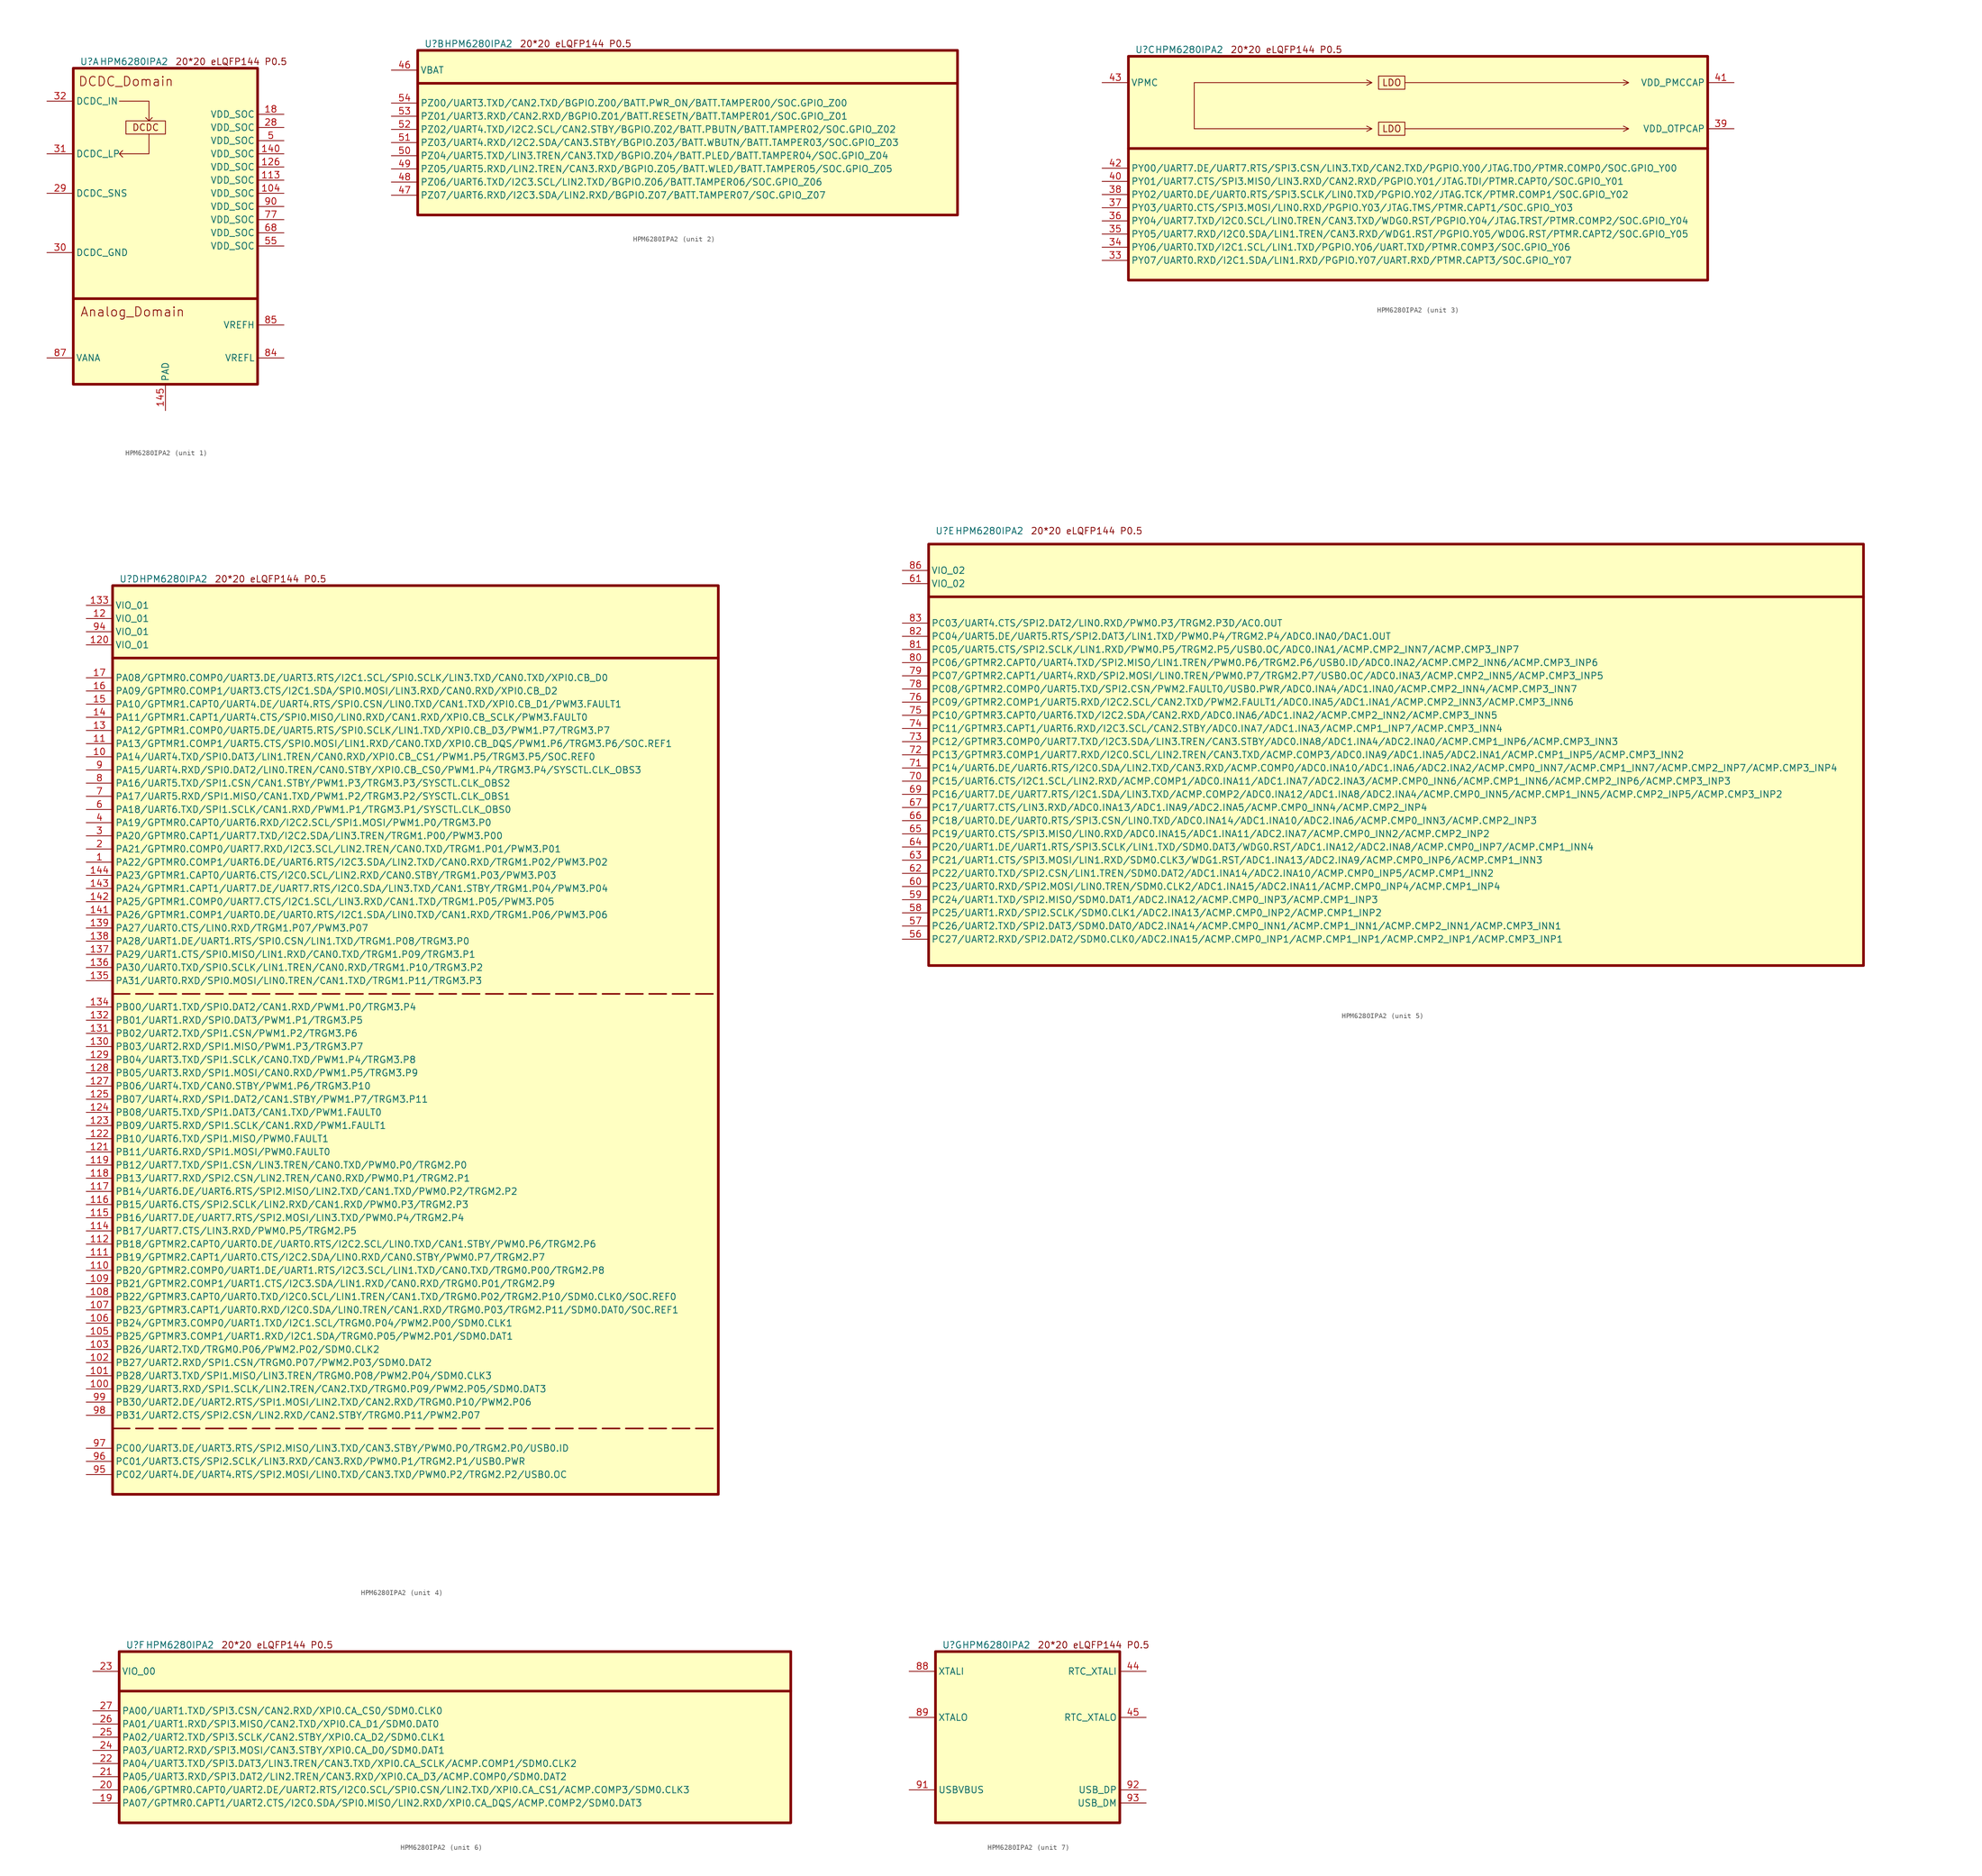
<source format=kicad_sym>
(kicad_symbol_lib
  (version 20220914)
  (generator kicad_symbol_editor)
  (symbol "HPM6280IPA2"
    (property "Reference" "U"
      (at 1.27 1.27 0)
      (effects (font (size 1.27 1.27)) (justify left)))
    (property "Value" "HPM6280IPA2"
      (at 5.08 1.27 0)
      (effects (font (size 1.27 1.27)) (justify left)))
    (property "ki_locked" ""
      (at 0 0 0)
      (effects (font (size 1.27 1.27))))
    (symbol "HPM6280IPA2_0_0"
      (text "20*20 eLQFP144 P0.5" (at 30.48 1.27 0) (effects (font (size 1.27 1.27)))))
    (symbol "HPM6280IPA2_1_1"
      (polyline (pts (xy 0 -44.45) (xy 35.56 -44.45)) (stroke (width 0.508) (type default)) (fill (type none)))
      (polyline (pts (xy 8.89 -6.35) (xy 14.605 -6.35) (xy 14.605 -10.16) (xy 13.97 -9.525) (xy 14.605 -10.16) (xy 15.24 -9.525)) (stroke (width 0) (type default)) (fill (type none)))
      (polyline (pts (xy 14.605 -12.7) (xy 14.605 -16.51) (xy 8.89 -16.51) (xy 9.525 -15.875) (xy 8.89 -16.51) (xy 9.525 -17.145)) (stroke (width 0) (type default)) (fill (type none)))
      (rectangle (start 0 0) (end 35.56 -60.96) (stroke (width 0.508) (type default)) (fill (type background)))
      (rectangle (start 10.16 -10.16) (end 17.78 -12.7) (stroke (width 0) (type default)) (fill (type none)))
      (text "Analog_Domain" (at 11.43 -46.99 0) (effects (font (size 1.778 1.778))))
      (text "DCDC" (at 13.97 -11.43 0) (effects (font (size 1.27 1.27))))
      (text "DCDC_Domain" (at 10.16 -2.54 0) (effects (font (size 1.778 1.778))))
      (pin power_in line (at 40.64 -24.13 180) (length 5.08) (name "VDD_SOC" (effects (font (size 1.27 1.27)))) (number "104" (effects (font (size 1.27 1.27)))))
      (pin power_in line (at 40.64 -21.59 180) (length 5.08) (name "VDD_SOC" (effects (font (size 1.27 1.27)))) (number "113" (effects (font (size 1.27 1.27)))))
      (pin power_in line (at 40.64 -19.05 180) (length 5.08) (name "VDD_SOC" (effects (font (size 1.27 1.27)))) (number "126" (effects (font (size 1.27 1.27)))))
      (pin power_in line (at 40.64 -16.51 180) (length 5.08) (name "VDD_SOC" (effects (font (size 1.27 1.27)))) (number "140" (effects (font (size 1.27 1.27)))))
      (pin power_out line (at 17.78 -66.04 90) (length 5.08) (name "PAD" (effects (font (size 1.27 1.27)))) (number "145" (effects (font (size 1.27 1.27)))))
      (pin power_in line (at 40.64 -8.89 180) (length 5.08) (name "VDD_SOC" (effects (font (size 1.27 1.27)))) (number "18" (effects (font (size 1.27 1.27)))))
      (pin power_in line (at 40.64 -11.43 180) (length 5.08) (name "VDD_SOC" (effects (font (size 1.27 1.27)))) (number "28" (effects (font (size 1.27 1.27)))))
      (pin input line (at -5.08 -24.13 0) (length 5.08) (name "DCDC_SNS" (effects (font (size 1.27 1.27)))) (number "29" (effects (font (size 1.27 1.27)))))
      (pin power_out line (at -5.08 -35.56 0) (length 5.08) (name "DCDC_GND" (effects (font (size 1.27 1.27)))) (number "30" (effects (font (size 1.27 1.27)))))
      (pin power_out line (at -5.08 -16.51 0) (length 5.08) (name "DCDC_LP" (effects (font (size 1.27 1.27)))) (number "31" (effects (font (size 1.27 1.27)))))
      (pin power_in line (at -5.08 -6.35 0) (length 5.08) (name "DCDC_IN" (effects (font (size 1.27 1.27)))) (number "32" (effects (font (size 1.27 1.27)))))
      (pin power_in line (at 40.64 -13.97 180) (length 5.08) (name "VDD_SOC" (effects (font (size 1.27 1.27)))) (number "5" (effects (font (size 1.27 1.27)))))
      (pin power_in line (at 40.64 -34.29 180) (length 5.08) (name "VDD_SOC" (effects (font (size 1.27 1.27)))) (number "55" (effects (font (size 1.27 1.27)))))
      (pin power_in line (at 40.64 -31.75 180) (length 5.08) (name "VDD_SOC" (effects (font (size 1.27 1.27)))) (number "68" (effects (font (size 1.27 1.27)))))
      (pin power_in line (at 40.64 -29.21 180) (length 5.08) (name "VDD_SOC" (effects (font (size 1.27 1.27)))) (number "77" (effects (font (size 1.27 1.27)))))
      (pin power_out line (at 40.64 -55.88 180) (length 5.08) (name "VREFL" (effects (font (size 1.27 1.27)))) (number "84" (effects (font (size 1.27 1.27)))))
      (pin power_in line (at 40.64 -49.53 180) (length 5.08) (name "VREFH" (effects (font (size 1.27 1.27)))) (number "85" (effects (font (size 1.27 1.27)))))
      (pin power_in line (at -5.08 -55.88 0) (length 5.08) (name "VANA" (effects (font (size 1.27 1.27)))) (number "87" (effects (font (size 1.27 1.27)))))
      (pin power_in line (at 40.64 -26.67 180) (length 5.08) (name "VDD_SOC" (effects (font (size 1.27 1.27)))) (number "90" (effects (font (size 1.27 1.27))))))
    (symbol "HPM6280IPA2_2_1"
      (polyline (pts (xy 0 -6.35) (xy 104.14 -6.35)) (stroke (width 0.5) (type default)) (fill (type none)))
      (rectangle (start 0 0) (end 104.14 -31.75) (stroke (width 0.508) (type default)) (fill (type background)))
      (pin power_in line (at -5.08 -3.81 0) (length 5.08) (name "VBAT" (effects (font (size 1.27 1.27)))) (number "46" (effects (font (size 1.27 1.27)))))
      (pin bidirectional line (at -5.08 -27.94 0) (length 5.08) (name "PZ07/UART6.RXD/I2C3.SDA/LIN2.RXD/BGPIO.Z07/BATT.TAMPER07/SOC.GPIO_Z07" (effects (font (size 1.27 1.27)))) (number "47" (effects (font (size 1.27 1.27)))))
      (pin bidirectional line (at -5.08 -25.4 0) (length 5.08) (name "PZ06/UART6.TXD/I2C3.SCL/LIN2.TXD/BGPIO.Z06/BATT.TAMPER06/SOC.GPIO_Z06" (effects (font (size 1.27 1.27)))) (number "48" (effects (font (size 1.27 1.27)))))
      (pin bidirectional line (at -5.08 -22.86 0) (length 5.08) (name "PZ05/UART5.RXD/LIN2.TREN/CAN3.RXD/BGPIO.Z05/BATT.WLED/BATT.TAMPER05/SOC.GPIO_Z05" (effects (font (size 1.27 1.27)))) (number "49" (effects (font (size 1.27 1.27)))))
      (pin bidirectional line (at -5.08 -20.32 0) (length 5.08) (name "PZ04/UART5.TXD/LIN3.TREN/CAN3.TXD/BGPIO.Z04/BATT.PLED/BATT.TAMPER04/SOC.GPIO_Z04" (effects (font (size 1.27 1.27)))) (number "50" (effects (font (size 1.27 1.27)))))
      (pin bidirectional line (at -5.08 -17.78 0) (length 5.08) (name "PZ03/UART4.RXD/I2C2.SDA/CAN3.STBY/BGPIO.Z03/BATT.WBUTN/BATT.TAMPER03/SOC.GPIO_Z03" (effects (font (size 1.27 1.27)))) (number "51" (effects (font (size 1.27 1.27)))))
      (pin bidirectional line (at -5.08 -15.24 0) (length 5.08) (name "PZ02/UART4.TXD/I2C2.SCL/CAN2.STBY/BGPIO.Z02/BATT.PBUTN/BATT.TAMPER02/SOC.GPIO_Z02" (effects (font (size 1.27 1.27)))) (number "52" (effects (font (size 1.27 1.27)))))
      (pin bidirectional line (at -5.08 -12.7 0) (length 5.08) (name "PZ01/UART3.RXD/CAN2.RXD/BGPIO.Z01/BATT.RESETN/BATT.TAMPER01/SOC.GPIO_Z01" (effects (font (size 1.27 1.27)))) (number "53" (effects (font (size 1.27 1.27)))))
      (pin bidirectional line (at -5.08 -10.16 0) (length 5.08) (name "PZ00/UART3.TXD/CAN2.TXD/BGPIO.Z00/BATT.PWR_ON/BATT.TAMPER00/SOC.GPIO_Z00" (effects (font (size 1.27 1.27)))) (number "54" (effects (font (size 1.27 1.27))))))
    (symbol "HPM6280IPA2_3_0"
      (polyline (pts (xy 12.7 -13.97) (xy 46.99 -13.97) (xy 45.974 -13.462) (xy 46.99 -13.97) (xy 45.974 -14.478)) (stroke (width 0) (type default)) (fill (type none)))
      (polyline (pts (xy 12.7 -5.08) (xy 46.99 -5.08) (xy 45.974 -4.572) (xy 46.99 -5.08) (xy 45.974 -5.588)) (stroke (width 0) (type default)) (fill (type none)))
      (polyline (pts (xy 53.34 -13.97) (xy 96.52 -13.97) (xy 95.504 -13.462) (xy 96.52 -13.97) (xy 95.504 -14.478)) (stroke (width 0) (type default)) (fill (type none)))
      (polyline (pts (xy 53.34 -5.08) (xy 96.52 -5.08) (xy 95.504 -4.572) (xy 96.52 -5.08) (xy 95.504 -5.588)) (stroke (width 0) (type default)) (fill (type none))))
    (symbol "HPM6280IPA2_3_1"
      (polyline (pts (xy 0 -17.78) (xy 111.76 -17.78)) (stroke (width 0.508) (type default)) (fill (type none)))
      (polyline (pts (xy 12.7 -12.7) (xy 12.7 -5.08) (xy 12.7 -13.97)) (stroke (width 0) (type default)) (fill (type none)))
      (rectangle (start 0 0) (end 111.76 -43.18) (stroke (width 0.508) (type default)) (fill (type background)))
      (rectangle (start 48.26 -12.7) (end 53.34 -15.24) (stroke (width 0) (type default)) (fill (type none)))
      (rectangle (start 48.26 -3.81) (end 53.34 -6.35) (stroke (width 0) (type default)) (fill (type none)))
      (text "LDO" (at 50.8 -13.97 0) (effects (font (size 1.27 1.27))))
      (text "LDO" (at 50.8 -5.08 0) (effects (font (size 1.27 1.27))))
      (pin bidirectional line (at -5.08 -39.37 0) (length 5.08) (name "PY07/UART0.RXD/I2C1.SDA/LIN1.RXD/PGPIO.Y07/UART.RXD/PTMR.CAPT3/SOC.GPIO_Y07" (effects (font (size 1.27 1.27)))) (number "33" (effects (font (size 1.27 1.27)))))
      (pin bidirectional line (at -5.08 -36.83 0) (length 5.08) (name "PY06/UART0.TXD/I2C1.SCL/LIN1.TXD/PGPIO.Y06/UART.TXD/PTMR.COMP3/SOC.GPIO_Y06" (effects (font (size 1.27 1.27)))) (number "34" (effects (font (size 1.27 1.27)))))
      (pin bidirectional line (at -5.08 -34.29 0) (length 5.08) (name "PY05/UART7.RXD/I2C0.SDA/LIN1.TREN/CAN3.RXD/WDG1.RST/PGPIO.Y05/WDOG.RST/PTMR.CAPT2/SOC.GPIO_Y05" (effects (font (size 1.27 1.27)))) (number "35" (effects (font (size 1.27 1.27)))))
      (pin bidirectional line (at -5.08 -31.75 0) (length 5.08) (name "PY04/UART7.TXD/I2C0.SCL/LIN0.TREN/CAN3.TXD/WDG0.RST/PGPIO.Y04/JTAG.TRST/PTMR.COMP2/SOC.GPIO_Y04" (effects (font (size 1.27 1.27)))) (number "36" (effects (font (size 1.27 1.27)))))
      (pin bidirectional line (at -5.08 -29.21 0) (length 5.08) (name "PY03/UART0.CTS/SPI3.MOSI/LIN0.RXD/PGPIO.Y03/JTAG.TMS/PTMR.CAPT1/SOC.GPIO_Y03" (effects (font (size 1.27 1.27)))) (number "37" (effects (font (size 1.27 1.27)))))
      (pin bidirectional line (at -5.08 -26.67 0) (length 5.08) (name "PY02/UART0.DE/UART0.RTS/SPI3.SCLK/LIN0.TXD/PGPIO.Y02/JTAG.TCK/PTMR.COMP1/SOC.GPIO_Y02" (effects (font (size 1.27 1.27)))) (number "38" (effects (font (size 1.27 1.27)))))
      (pin power_out line (at 116.84 -13.97 180) (length 5.08) (name "VDD_OTPCAP" (effects (font (size 1.27 1.27)))) (number "39" (effects (font (size 1.27 1.27)))))
      (pin bidirectional line (at -5.08 -24.13 0) (length 5.08) (name "PY01/UART7.CTS/SPI3.MISO/LIN3.RXD/CAN2.RXD/PGPIO.Y01/JTAG.TDI/PTMR.CAPT0/SOC.GPIO_Y01" (effects (font (size 1.27 1.27)))) (number "40" (effects (font (size 1.27 1.27)))))
      (pin power_out line (at 116.84 -5.08 180) (length 5.08) (name "VDD_PMCCAP" (effects (font (size 1.27 1.27)))) (number "41" (effects (font (size 1.27 1.27)))))
      (pin bidirectional line (at -5.08 -21.59 0) (length 5.08) (name "PY00/UART7.DE/UART7.RTS/SPI3.CSN/LIN3.TXD/CAN2.TXD/PGPIO.Y00/JTAG.TDO/PTMR.COMP0/SOC.GPIO_Y00" (effects (font (size 1.27 1.27)))) (number "42" (effects (font (size 1.27 1.27)))))
      (pin power_in line (at -5.08 -5.08 0) (length 5.08) (name "VPMC" (effects (font (size 1.27 1.27)))) (number "43" (effects (font (size 1.27 1.27))))))
    (symbol "HPM6280IPA2_4_1"
      (polyline (pts (xy 0 -162.56) (xy 116.84 -162.56)) (stroke (width 0.3) (type dash)) (fill (type none)))
      (polyline (pts (xy 0 -78.74) (xy 116.84 -78.74)) (stroke (width 0.3) (type dash)) (fill (type none)))
      (polyline (pts (xy 0 -13.97) (xy 116.84 -13.97)) (stroke (width 0.5) (type default)) (fill (type none)))
      (rectangle (start 0 0) (end 116.84 -175.26) (stroke (width 0.508) (type default)) (fill (type background)))
      (pin bidirectional line (at -5.08 -53.34 0) (length 5.08) (name "PA22/GPTMR0.COMP1/UART6.DE/UART6.RTS/I2C3.SDA/LIN2.TXD/CAN0.RXD/TRGM1.P02/PWM3.P02" (effects (font (size 1.27 1.27)))) (number "1" (effects (font (size 1.27 1.27)))))
      (pin bidirectional line (at -5.08 -33.02 0) (length 5.08) (name "PA14/UART4.TXD/SPI0.DAT3/LIN1.TREN/CAN0.RXD/XPI0.CB_CS1/PWM1.P5/TRGM3.P5/SOC.REF0" (effects (font (size 1.27 1.27)))) (number "10" (effects (font (size 1.27 1.27)))))
      (pin bidirectional line (at -5.08 -154.94 0) (length 5.08) (name "PB29/UART3.RXD/SPI1.SCLK/LIN2.TREN/CAN2.TXD/TRGM0.P09/PWM2.P05/SDM0.DAT3" (effects (font (size 1.27 1.27)))) (number "100" (effects (font (size 1.27 1.27)))))
      (pin bidirectional line (at -5.08 -152.4 0) (length 5.08) (name "PB28/UART3.TXD/SPI1.MISO/LIN3.TREN/TRGM0.P08/PWM2.P04/SDM0.CLK3" (effects (font (size 1.27 1.27)))) (number "101" (effects (font (size 1.27 1.27)))))
      (pin bidirectional line (at -5.08 -149.86 0) (length 5.08) (name "PB27/UART2.RXD/SPI1.CSN/TRGM0.P07/PWM2.P03/SDM0.DAT2" (effects (font (size 1.27 1.27)))) (number "102" (effects (font (size 1.27 1.27)))))
      (pin bidirectional line (at -5.08 -147.32 0) (length 5.08) (name "PB26/UART2.TXD/TRGM0.P06/PWM2.P02/SDM0.CLK2" (effects (font (size 1.27 1.27)))) (number "103" (effects (font (size 1.27 1.27)))))
      (pin bidirectional line (at -5.08 -144.78 0) (length 5.08) (name "PB25/GPTMR3.COMP1/UART1.RXD/I2C1.SDA/TRGM0.P05/PWM2.P01/SDM0.DAT1" (effects (font (size 1.27 1.27)))) (number "105" (effects (font (size 1.27 1.27)))))
      (pin bidirectional line (at -5.08 -142.24 0) (length 5.08) (name "PB24/GPTMR3.COMP0/UART1.TXD/I2C1.SCL/TRGM0.P04/PWM2.P00/SDM0.CLK1" (effects (font (size 1.27 1.27)))) (number "106" (effects (font (size 1.27 1.27)))))
      (pin bidirectional line (at -5.08 -139.7 0) (length 5.08) (name "PB23/GPTMR3.CAPT1/UART0.RXD/I2C0.SDA/LIN0.TREN/CAN1.RXD/TRGM0.P03/TRGM2.P11/SDM0.DAT0/SOC.REF1" (effects (font (size 1.27 1.27)))) (number "107" (effects (font (size 1.27 1.27)))))
      (pin bidirectional line (at -5.08 -137.16 0) (length 5.08) (name "PB22/GPTMR3.CAPT0/UART0.TXD/I2C0.SCL/LIN1.TREN/CAN1.TXD/TRGM0.P02/TRGM2.P10/SDM0.CLK0/SOC.REF0" (effects (font (size 1.27 1.27)))) (number "108" (effects (font (size 1.27 1.27)))))
      (pin bidirectional line (at -5.08 -134.62 0) (length 5.08) (name "PB21/GPTMR2.COMP1/UART1.CTS/I2C3.SDA/LIN1.RXD/CAN0.RXD/TRGM0.P01/TRGM2.P9" (effects (font (size 1.27 1.27)))) (number "109" (effects (font (size 1.27 1.27)))))
      (pin bidirectional line (at -5.08 -30.48 0) (length 5.08) (name "PA13/GPTMR1.COMP1/UART5.CTS/SPI0.MOSI/LIN1.RXD/CAN0.TXD/XPI0.CB_DQS/PWM1.P6/TRGM3.P6/SOC.REF1" (effects (font (size 1.27 1.27)))) (number "11" (effects (font (size 1.27 1.27)))))
      (pin bidirectional line (at -5.08 -132.08 0) (length 5.08) (name "PB20/GPTMR2.COMP0/UART1.DE/UART1.RTS/I2C3.SCL/LIN1.TXD/CAN0.TXD/TRGM0.P00/TRGM2.P8" (effects (font (size 1.27 1.27)))) (number "110" (effects (font (size 1.27 1.27)))))
      (pin bidirectional line (at -5.08 -129.54 0) (length 5.08) (name "PB19/GPTMR2.CAPT1/UART0.CTS/I2C2.SDA/LIN0.RXD/CAN0.STBY/PWM0.P7/TRGM2.P7" (effects (font (size 1.27 1.27)))) (number "111" (effects (font (size 1.27 1.27)))))
      (pin bidirectional line (at -5.08 -127 0) (length 5.08) (name "PB18/GPTMR2.CAPT0/UART0.DE/UART0.RTS/I2C2.SCL/LIN0.TXD/CAN1.STBY/PWM0.P6/TRGM2.P6" (effects (font (size 1.27 1.27)))) (number "112" (effects (font (size 1.27 1.27)))))
      (pin bidirectional line (at -5.08 -124.46 0) (length 5.08) (name "PB17/UART7.CTS/LIN3.RXD/PWM0.P5/TRGM2.P5" (effects (font (size 1.27 1.27)))) (number "114" (effects (font (size 1.27 1.27)))))
      (pin bidirectional line (at -5.08 -121.92 0) (length 5.08) (name "PB16/UART7.DE/UART7.RTS/SPI2.MOSI/LIN3.TXD/PWM0.P4/TRGM2.P4" (effects (font (size 1.27 1.27)))) (number "115" (effects (font (size 1.27 1.27)))))
      (pin bidirectional line (at -5.08 -119.38 0) (length 5.08) (name "PB15/UART6.CTS/SPI2.SCLK/LIN2.RXD/CAN1.RXD/PWM0.P3/TRGM2.P3" (effects (font (size 1.27 1.27)))) (number "116" (effects (font (size 1.27 1.27)))))
      (pin bidirectional line (at -5.08 -116.84 0) (length 5.08) (name "PB14/UART6.DE/UART6.RTS/SPI2.MISO/LIN2.TXD/CAN1.TXD/PWM0.P2/TRGM2.P2" (effects (font (size 1.27 1.27)))) (number "117" (effects (font (size 1.27 1.27)))))
      (pin bidirectional line (at -5.08 -114.3 0) (length 5.08) (name "PB13/UART7.RXD/SPI2.CSN/LIN2.TREN/CAN0.RXD/PWM0.P1/TRGM2.P1" (effects (font (size 1.27 1.27)))) (number "118" (effects (font (size 1.27 1.27)))))
      (pin bidirectional line (at -5.08 -111.76 0) (length 5.08) (name "PB12/UART7.TXD/SPI1.CSN/LIN3.TREN/CAN0.TXD/PWM0.P0/TRGM2.P0" (effects (font (size 1.27 1.27)))) (number "119" (effects (font (size 1.27 1.27)))))
      (pin power_in line (at -5.08 -6.35 0) (length 5.08) (name "VIO_01" (effects (font (size 1.27 1.27)))) (number "12" (effects (font (size 1.27 1.27)))))
      (pin power_in line (at -5.08 -11.43 0) (length 5.08) (name "VIO_01" (effects (font (size 1.27 1.27)))) (number "120" (effects (font (size 1.27 1.27)))))
      (pin bidirectional line (at -5.08 -109.22 0) (length 5.08) (name "PB11/UART6.RXD/SPI1.MOSI/PWM0.FAULT0" (effects (font (size 1.27 1.27)))) (number "121" (effects (font (size 1.27 1.27)))))
      (pin bidirectional line (at -5.08 -106.68 0) (length 5.08) (name "PB10/UART6.TXD/SPI1.MISO/PWM0.FAULT1" (effects (font (size 1.27 1.27)))) (number "122" (effects (font (size 1.27 1.27)))))
      (pin bidirectional line (at -5.08 -104.14 0) (length 5.08) (name "PB09/UART5.RXD/SPI1.SCLK/CAN1.RXD/PWM1.FAULT1" (effects (font (size 1.27 1.27)))) (number "123" (effects (font (size 1.27 1.27)))))
      (pin bidirectional line (at -5.08 -101.6 0) (length 5.08) (name "PB08/UART5.TXD/SPI1.DAT3/CAN1.TXD/PWM1.FAULT0" (effects (font (size 1.27 1.27)))) (number "124" (effects (font (size 1.27 1.27)))))
      (pin bidirectional line (at -5.08 -99.06 0) (length 5.08) (name "PB07/UART4.RXD/SPI1.DAT2/CAN1.STBY/PWM1.P7/TRGM3.P11" (effects (font (size 1.27 1.27)))) (number "125" (effects (font (size 1.27 1.27)))))
      (pin bidirectional line (at -5.08 -96.52 0) (length 5.08) (name "PB06/UART4.TXD/CAN0.STBY/PWM1.P6/TRGM3.P10" (effects (font (size 1.27 1.27)))) (number "127" (effects (font (size 1.27 1.27)))))
      (pin bidirectional line (at -5.08 -93.98 0) (length 5.08) (name "PB05/UART3.RXD/SPI1.MOSI/CAN0.RXD/PWM1.P5/TRGM3.P9" (effects (font (size 1.27 1.27)))) (number "128" (effects (font (size 1.27 1.27)))))
      (pin bidirectional line (at -5.08 -91.44 0) (length 5.08) (name "PB04/UART3.TXD/SPI1.SCLK/CAN0.TXD/PWM1.P4/TRGM3.P8" (effects (font (size 1.27 1.27)))) (number "129" (effects (font (size 1.27 1.27)))))
      (pin bidirectional line (at -5.08 -27.94 0) (length 5.08) (name "PA12/GPTMR1.COMP0/UART5.DE/UART5.RTS/SPI0.SCLK/LIN1.TXD/XPI0.CB_D3/PWM1.P7/TRGM3.P7" (effects (font (size 1.27 1.27)))) (number "13" (effects (font (size 1.27 1.27)))))
      (pin bidirectional line (at -5.08 -88.9 0) (length 5.08) (name "PB03/UART2.RXD/SPI1.MISO/PWM1.P3/TRGM3.P7" (effects (font (size 1.27 1.27)))) (number "130" (effects (font (size 1.27 1.27)))))
      (pin bidirectional line (at -5.08 -86.36 0) (length 5.08) (name "PB02/UART2.TXD/SPI1.CSN/PWM1.P2/TRGM3.P6" (effects (font (size 1.27 1.27)))) (number "131" (effects (font (size 1.27 1.27)))))
      (pin bidirectional line (at -5.08 -83.82 0) (length 5.08) (name "PB01/UART1.RXD/SPI0.DAT3/PWM1.P1/TRGM3.P5" (effects (font (size 1.27 1.27)))) (number "132" (effects (font (size 1.27 1.27)))))
      (pin power_in line (at -5.08 -3.81 0) (length 5.08) (name "VIO_01" (effects (font (size 1.27 1.27)))) (number "133" (effects (font (size 1.27 1.27)))))
      (pin bidirectional line (at -5.08 -81.28 0) (length 5.08) (name "PB00/UART1.TXD/SPI0.DAT2/CAN1.RXD/PWM1.P0/TRGM3.P4" (effects (font (size 1.27 1.27)))) (number "134" (effects (font (size 1.27 1.27)))))
      (pin bidirectional line (at -5.08 -76.2 0) (length 5.08) (name "PA31/UART0.RXD/SPI0.MOSI/LIN0.TREN/CAN1.TXD/TRGM1.P11/TRGM3.P3" (effects (font (size 1.27 1.27)))) (number "135" (effects (font (size 1.27 1.27)))))
      (pin bidirectional line (at -5.08 -73.66 0) (length 5.08) (name "PA30/UART0.TXD/SPI0.SCLK/LIN1.TREN/CAN0.RXD/TRGM1.P10/TRGM3.P2" (effects (font (size 1.27 1.27)))) (number "136" (effects (font (size 1.27 1.27)))))
      (pin bidirectional line (at -5.08 -71.12 0) (length 5.08) (name "PA29/UART1.CTS/SPI0.MISO/LIN1.RXD/CAN0.TXD/TRGM1.P09/TRGM3.P1" (effects (font (size 1.27 1.27)))) (number "137" (effects (font (size 1.27 1.27)))))
      (pin bidirectional line (at -5.08 -68.58 0) (length 5.08) (name "PA28/UART1.DE/UART1.RTS/SPI0.CSN/LIN1.TXD/TRGM1.P08/TRGM3.P0" (effects (font (size 1.27 1.27)))) (number "138" (effects (font (size 1.27 1.27)))))
      (pin bidirectional line (at -5.08 -66.04 0) (length 5.08) (name "PA27/UART0.CTS/LIN0.RXD/TRGM1.P07/PWM3.P07" (effects (font (size 1.27 1.27)))) (number "139" (effects (font (size 1.27 1.27)))))
      (pin bidirectional line (at -5.08 -25.4 0) (length 5.08) (name "PA11/GPTMR1.CAPT1/UART4.CTS/SPI0.MISO/LIN0.RXD/CAN1.RXD/XPI0.CB_SCLK/PWM3.FAULT0" (effects (font (size 1.27 1.27)))) (number "14" (effects (font (size 1.27 1.27)))))
      (pin bidirectional line (at -5.08 -63.5 0) (length 5.08) (name "PA26/GPTMR1.COMP1/UART0.DE/UART0.RTS/I2C1.SDA/LIN0.TXD/CAN1.RXD/TRGM1.P06/PWM3.P06" (effects (font (size 1.27 1.27)))) (number "141" (effects (font (size 1.27 1.27)))))
      (pin bidirectional line (at -5.08 -60.96 0) (length 5.08) (name "PA25/GPTMR1.COMP0/UART7.CTS/I2C1.SCL/LIN3.RXD/CAN1.TXD/TRGM1.P05/PWM3.P05" (effects (font (size 1.27 1.27)))) (number "142" (effects (font (size 1.27 1.27)))))
      (pin bidirectional line (at -5.08 -58.42 0) (length 5.08) (name "PA24/GPTMR1.CAPT1/UART7.DE/UART7.RTS/I2C0.SDA/LIN3.TXD/CAN1.STBY/TRGM1.P04/PWM3.P04" (effects (font (size 1.27 1.27)))) (number "143" (effects (font (size 1.27 1.27)))))
      (pin bidirectional line (at -5.08 -55.88 0) (length 5.08) (name "PA23/GPTMR1.CAPT0/UART6.CTS/I2C0.SCL/LIN2.RXD/CAN0.STBY/TRGM1.P03/PWM3.P03" (effects (font (size 1.27 1.27)))) (number "144" (effects (font (size 1.27 1.27)))))
      (pin bidirectional line (at -5.08 -22.86 0) (length 5.08) (name "PA10/GPTMR1.CAPT0/UART4.DE/UART4.RTS/SPI0.CSN/LIN0.TXD/CAN1.TXD/XPI0.CB_D1/PWM3.FAULT1" (effects (font (size 1.27 1.27)))) (number "15" (effects (font (size 1.27 1.27)))))
      (pin bidirectional line (at -5.08 -20.32 0) (length 5.08) (name "PA09/GPTMR0.COMP1/UART3.CTS/I2C1.SDA/SPI0.MOSI/LIN3.RXD/CAN0.RXD/XPI0.CB_D2" (effects (font (size 1.27 1.27)))) (number "16" (effects (font (size 1.27 1.27)))))
      (pin bidirectional line (at -5.08 -17.78 0) (length 5.08) (name "PA08/GPTMR0.COMP0/UART3.DE/UART3.RTS/I2C1.SCL/SPI0.SCLK/LIN3.TXD/CAN0.TXD/XPI0.CB_D0" (effects (font (size 1.27 1.27)))) (number "17" (effects (font (size 1.27 1.27)))))
      (pin bidirectional line (at -5.08 -50.8 0) (length 5.08) (name "PA21/GPTMR0.COMP0/UART7.RXD/I2C3.SCL/LIN2.TREN/CAN0.TXD/TRGM1.P01/PWM3.P01" (effects (font (size 1.27 1.27)))) (number "2" (effects (font (size 1.27 1.27)))))
      (pin bidirectional line (at -5.08 -48.26 0) (length 5.08) (name "PA20/GPTMR0.CAPT1/UART7.TXD/I2C2.SDA/LIN3.TREN/TRGM1.P00/PWM3.P00" (effects (font (size 1.27 1.27)))) (number "3" (effects (font (size 1.27 1.27)))))
      (pin bidirectional line (at -5.08 -45.72 0) (length 5.08) (name "PA19/GPTMR0.CAPT0/UART6.RXD/I2C2.SCL/SPI1.MOSI/PWM1.P0/TRGM3.P0" (effects (font (size 1.27 1.27)))) (number "4" (effects (font (size 1.27 1.27)))))
      (pin bidirectional line (at -5.08 -43.18 0) (length 5.08) (name "PA18/UART6.TXD/SPI1.SCLK/CAN1.RXD/PWM1.P1/TRGM3.P1/SYSCTL.CLK_OBS0" (effects (font (size 1.27 1.27)))) (number "6" (effects (font (size 1.27 1.27)))))
      (pin bidirectional line (at -5.08 -40.64 0) (length 5.08) (name "PA17/UART5.RXD/SPI1.MISO/CAN1.TXD/PWM1.P2/TRGM3.P2/SYSCTL.CLK_OBS1" (effects (font (size 1.27 1.27)))) (number "7" (effects (font (size 1.27 1.27)))))
      (pin bidirectional line (at -5.08 -38.1 0) (length 5.08) (name "PA16/UART5.TXD/SPI1.CSN/CAN1.STBY/PWM1.P3/TRGM3.P3/SYSCTL.CLK_OBS2" (effects (font (size 1.27 1.27)))) (number "8" (effects (font (size 1.27 1.27)))))
      (pin bidirectional line (at -5.08 -35.56 0) (length 5.08) (name "PA15/UART4.RXD/SPI0.DAT2/LIN0.TREN/CAN0.STBY/XPI0.CB_CS0/PWM1.P4/TRGM3.P4/SYSCTL.CLK_OBS3" (effects (font (size 1.27 1.27)))) (number "9" (effects (font (size 1.27 1.27)))))
      (pin power_in line (at -5.08 -8.89 0) (length 5.08) (name "VIO_01" (effects (font (size 1.27 1.27)))) (number "94" (effects (font (size 1.27 1.27)))))
      (pin bidirectional line (at -5.08 -171.45 0) (length 5.08) (name "PC02/UART4.DE/UART4.RTS/SPI2.MOSI/LIN0.TXD/CAN3.TXD/PWM0.P2/TRGM2.P2/USB0.OC" (effects (font (size 1.27 1.27)))) (number "95" (effects (font (size 1.27 1.27)))))
      (pin bidirectional line (at -5.08 -168.91 0) (length 5.08) (name "PC01/UART3.CTS/SPI2.SCLK/LIN3.RXD/CAN3.RXD/PWM0.P1/TRGM2.P1/USB0.PWR" (effects (font (size 1.27 1.27)))) (number "96" (effects (font (size 1.27 1.27)))))
      (pin bidirectional line (at -5.08 -166.37 0) (length 5.08) (name "PC00/UART3.DE/UART3.RTS/SPI2.MISO/LIN3.TXD/CAN3.STBY/PWM0.P0/TRGM2.P0/USB0.ID" (effects (font (size 1.27 1.27)))) (number "97" (effects (font (size 1.27 1.27)))))
      (pin bidirectional line (at -5.08 -160.02 0) (length 5.08) (name "PB31/UART2.CTS/SPI2.CSN/LIN2.RXD/CAN2.STBY/TRGM0.P11/PWM2.P07" (effects (font (size 1.27 1.27)))) (number "98" (effects (font (size 1.27 1.27)))))
      (pin bidirectional line (at -5.08 -157.48 0) (length 5.08) (name "PB30/UART2.DE/UART2.RTS/SPI1.MOSI/LIN2.TXD/CAN2.RXD/TRGM0.P10/PWM2.P06" (effects (font (size 1.27 1.27)))) (number "99" (effects (font (size 1.27 1.27))))))
    (symbol "HPM6280IPA2_5_1"
      (rectangle (start 0 -1.27) (end 180.34 -82.55) (stroke (width 0.508) (type default)) (fill (type background)))
      (polyline (pts (xy 0 -11.43) (xy 180.34 -11.43)) (stroke (width 0.5) (type default)) (fill (type none)))
      (pin bidirectional line (at -5.08 -77.47 0) (length 5.08) (name "PC27/UART2.RXD/SPI2.DAT2/SDM0.CLK0/ADC2.INA15/ACMP.CMP0_INP1/ACMP.CMP1_INP1/ACMP.CMP2_INP1/ACMP.CMP3_INP1" (effects (font (size 1.27 1.27)))) (number "56" (effects (font (size 1.27 1.27)))))
      (pin bidirectional line (at -5.08 -74.93 0) (length 5.08) (name "PC26/UART2.TXD/SPI2.DAT3/SDM0.DAT0/ADC2.INA14/ACMP.CMP0_INN1/ACMP.CMP1_INN1/ACMP.CMP2_INN1/ACMP.CMP3_INN1" (effects (font (size 1.27 1.27)))) (number "57" (effects (font (size 1.27 1.27)))))
      (pin bidirectional line (at -5.08 -72.39 0) (length 5.08) (name "PC25/UART1.RXD/SPI2.SCLK/SDM0.CLK1/ADC2.INA13/ACMP.CMP0_INP2/ACMP.CMP1_INP2" (effects (font (size 1.27 1.27)))) (number "58" (effects (font (size 1.27 1.27)))))
      (pin bidirectional line (at -5.08 -69.85 0) (length 5.08) (name "PC24/UART1.TXD/SPI2.MISO/SDM0.DAT1/ADC2.INA12/ACMP.CMP0_INP3/ACMP.CMP1_INP3" (effects (font (size 1.27 1.27)))) (number "59" (effects (font (size 1.27 1.27)))))
      (pin bidirectional line (at -5.08 -67.31 0) (length 5.08) (name "PC23/UART0.RXD/SPI2.MOSI/LIN0.TREN/SDM0.CLK2/ADC1.INA15/ADC2.INA11/ACMP.CMP0_INP4/ACMP.CMP1_INP4" (effects (font (size 1.27 1.27)))) (number "60" (effects (font (size 1.27 1.27)))))
      (pin power_in line (at -5.08 -8.89 0) (length 5.08) (name "VIO_02" (effects (font (size 1.27 1.27)))) (number "61" (effects (font (size 1.27 1.27)))))
      (pin bidirectional line (at -5.08 -64.77 0) (length 5.08) (name "PC22/UART0.TXD/SPI2.CSN/LIN1.TREN/SDM0.DAT2/ADC1.INA14/ADC2.INA10/ACMP.CMP0_INP5/ACMP.CMP1_INN2" (effects (font (size 1.27 1.27)))) (number "62" (effects (font (size 1.27 1.27)))))
      (pin bidirectional line (at -5.08 -62.23 0) (length 5.08) (name "PC21/UART1.CTS/SPI3.MOSI/LIN1.RXD/SDM0.CLK3/WDG1.RST/ADC1.INA13/ADC2.INA9/ACMP.CMP0_INP6/ACMP.CMP1_INN3" (effects (font (size 1.27 1.27)))) (number "63" (effects (font (size 1.27 1.27)))))
      (pin bidirectional line (at -5.08 -59.69 0) (length 5.08) (name "PC20/UART1.DE/UART1.RTS/SPI3.SCLK/LIN1.TXD/SDM0.DAT3/WDG0.RST/ADC1.INA12/ADC2.INA8/ACMP.CMP0_INP7/ACMP.CMP1_INN4" (effects (font (size 1.27 1.27)))) (number "64" (effects (font (size 1.27 1.27)))))
      (pin bidirectional line (at -5.08 -57.15 0) (length 5.08) (name "PC19/UART0.CTS/SPI3.MISO/LIN0.RXD/ADC0.INA15/ADC1.INA11/ADC2.INA7/ACMP.CMP0_INN2/ACMP.CMP2_INP2" (effects (font (size 1.27 1.27)))) (number "65" (effects (font (size 1.27 1.27)))))
      (pin bidirectional line (at -5.08 -54.61 0) (length 5.08) (name "PC18/UART0.DE/UART0.RTS/SPI3.CSN/LIN0.TXD/ADC0.INA14/ADC1.INA10/ADC2.INA6/ACMP.CMP0_INN3/ACMP.CMP2_INP3" (effects (font (size 1.27 1.27)))) (number "66" (effects (font (size 1.27 1.27)))))
      (pin bidirectional line (at -5.08 -52.07 0) (length 5.08) (name "PC17/UART7.CTS/LIN3.RXD/ADC0.INA13/ADC1.INA9/ADC2.INA5/ACMP.CMP0_INN4/ACMP.CMP2_INP4" (effects (font (size 1.27 1.27)))) (number "67" (effects (font (size 1.27 1.27)))))
      (pin bidirectional line (at -5.08 -49.53 0) (length 5.08) (name "PC16/UART7.DE/UART7.RTS/I2C1.SDA/LIN3.TXD/ACMP.COMP2/ADC0.INA12/ADC1.INA8/ADC2.INA4/ACMP.CMP0_INN5/ACMP.CMP1_INN5/ACMP.CMP2_INP5/ACMP.CMP3_INP2" (effects (font (size 1.27 1.27)))) (number "69" (effects (font (size 1.27 1.27)))))
      (pin bidirectional line (at -5.08 -46.99 0) (length 5.08) (name "PC15/UART6.CTS/I2C1.SCL/LIN2.RXD/ACMP.COMP1/ADC0.INA11/ADC1.INA7/ADC2.INA3/ACMP.CMP0_INN6/ACMP.CMP1_INN6/ACMP.CMP2_INP6/ACMP.CMP3_INP3" (effects (font (size 1.27 1.27)))) (number "70" (effects (font (size 1.27 1.27)))))
      (pin bidirectional line (at -5.08 -44.45 0) (length 5.08) (name "PC14/UART6.DE/UART6.RTS/I2C0.SDA/LIN2.TXD/CAN3.RXD/ACMP.COMP0/ADC0.INA10/ADC1.INA6/ADC2.INA2/ACMP.CMP0_INN7/ACMP.CMP1_INN7/ACMP.CMP2_INP7/ACMP.CMP3_INP4" (effects (font (size 1.27 1.27)))) (number "71" (effects (font (size 1.27 1.27)))))
      (pin bidirectional line (at -5.08 -41.91 0) (length 5.08) (name "PC13/GPTMR3.COMP1/UART7.RXD/I2C0.SCL/LIN2.TREN/CAN3.TXD/ACMP.COMP3/ADC0.INA9/ADC1.INA5/ADC2.INA1/ACMP.CMP1_INP5/ACMP.CMP3_INN2" (effects (font (size 1.27 1.27)))) (number "72" (effects (font (size 1.27 1.27)))))
      (pin bidirectional line (at -5.08 -39.37 0) (length 5.08) (name "PC12/GPTMR3.COMP0/UART7.TXD/I2C3.SDA/LIN3.TREN/CAN3.STBY/ADC0.INA8/ADC1.INA4/ADC2.INA0/ACMP.CMP1_INP6/ACMP.CMP3_INN3" (effects (font (size 1.27 1.27)))) (number "73" (effects (font (size 1.27 1.27)))))
      (pin bidirectional line (at -5.08 -36.83 0) (length 5.08) (name "PC11/GPTMR3.CAPT1/UART6.RXD/I2C3.SCL/CAN2.STBY/ADC0.INA7/ADC1.INA3/ACMP.CMP1_INP7/ACMP.CMP3_INN4" (effects (font (size 1.27 1.27)))) (number "74" (effects (font (size 1.27 1.27)))))
      (pin bidirectional line (at -5.08 -34.29 0) (length 5.08) (name "PC10/GPTMR3.CAPT0/UART6.TXD/I2C2.SDA/CAN2.RXD/ADC0.INA6/ADC1.INA2/ACMP.CMP2_INN2/ACMP.CMP3_INN5" (effects (font (size 1.27 1.27)))) (number "75" (effects (font (size 1.27 1.27)))))
      (pin bidirectional line (at -5.08 -31.75 0) (length 5.08) (name "PC09/GPTMR2.COMP1/UART5.RXD/I2C2.SCL/CAN2.TXD/PWM2.FAULT1/ADC0.INA5/ADC1.INA1/ACMP.CMP2_INN3/ACMP.CMP3_INN6" (effects (font (size 1.27 1.27)))) (number "76" (effects (font (size 1.27 1.27)))))
      (pin bidirectional line (at -5.08 -29.21 0) (length 5.08) (name "PC08/GPTMR2.COMP0/UART5.TXD/SPI2.CSN/PWM2.FAULT0/USB0.PWR/ADC0.INA4/ADC1.INA0/ACMP.CMP2_INN4/ACMP.CMP3_INN7" (effects (font (size 1.27 1.27)))) (number "78" (effects (font (size 1.27 1.27)))))
      (pin bidirectional line (at -5.08 -26.67 0) (length 5.08) (name "PC07/GPTMR2.CAPT1/UART4.RXD/SPI2.MOSI/LIN0.TREN/PWM0.P7/TRGM2.P7/USB0.OC/ADC0.INA3/ACMP.CMP2_INN5/ACMP.CMP3_INP5" (effects (font (size 1.27 1.27)))) (number "79" (effects (font (size 1.27 1.27)))))
      (pin bidirectional line (at -5.08 -24.13 0) (length 5.08) (name "PC06/GPTMR2.CAPT0/UART4.TXD/SPI2.MISO/LIN1.TREN/PWM0.P6/TRGM2.P6/USB0.ID/ADC0.INA2/ACMP.CMP2_INN6/ACMP.CMP3_INP6" (effects (font (size 1.27 1.27)))) (number "80" (effects (font (size 1.27 1.27)))))
      (pin bidirectional line (at -5.08 -21.59 0) (length 5.08) (name "PC05/UART5.CTS/SPI2.SCLK/LIN1.RXD/PWM0.P5/TRGM2.P5/USB0.OC/ADC0.INA1/ACMP.CMP2_INN7/ACMP.CMP3_INP7" (effects (font (size 1.27 1.27)))) (number "81" (effects (font (size 1.27 1.27)))))
      (pin bidirectional line (at -5.08 -19.05 0) (length 5.08) (name "PC04/UART5.DE/UART5.RTS/SPI2.DAT3/LIN1.TXD/PWM0.P4/TRGM2.P4/ADC0.INA0/DAC1.OUT" (effects (font (size 1.27 1.27)))) (number "82" (effects (font (size 1.27 1.27)))))
      (pin bidirectional line (at -5.08 -16.51 0) (length 5.08) (name "PC03/UART4.CTS/SPI2.DAT2/LIN0.RXD/PWM0.P3/TRGM2.P3D/AC0.OUT" (effects (font (size 1.27 1.27)))) (number "83" (effects (font (size 1.27 1.27)))))
      (pin power_in line (at -5.08 -6.35 0) (length 5.08) (name "VIO_02" (effects (font (size 1.27 1.27)))) (number "86" (effects (font (size 1.27 1.27))))))
    (symbol "HPM6280IPA2_6_1"
      (polyline (pts (xy 0 -7.62) (xy 129.54 -7.62)) (stroke (width 0.5) (type default)) (fill (type none)))
      (rectangle (start 0 0) (end 129.54 -33.02) (stroke (width 0.508) (type default)) (fill (type background)))
      (pin bidirectional line (at -5.08 -29.21 0) (length 5.08) (name "PA07/GPTMR0.CAPT1/UART2.CTS/I2C0.SDA/SPI0.MISO/LIN2.RXD/XPI0.CA_DQS/ACMP.COMP2/SDM0.DAT3" (effects (font (size 1.27 1.27)))) (number "19" (effects (font (size 1.27 1.27)))))
      (pin bidirectional line (at -5.08 -26.67 0) (length 5.08) (name "PA06/GPTMR0.CAPT0/UART2.DE/UART2.RTS/I2C0.SCL/SPI0.CSN/LIN2.TXD/XPI0.CA_CS1/ACMP.COMP3/SDM0.CLK3" (effects (font (size 1.27 1.27)))) (number "20" (effects (font (size 1.27 1.27)))))
      (pin bidirectional line (at -5.08 -24.13 0) (length 5.08) (name "PA05/UART3.RXD/SPI3.DAT2/LIN2.TREN/CAN3.RXD/XPI0.CA_D3/ACMP.COMP0/SDM0.DAT2" (effects (font (size 1.27 1.27)))) (number "21" (effects (font (size 1.27 1.27)))))
      (pin bidirectional line (at -5.08 -21.59 0) (length 5.08) (name "PA04/UART3.TXD/SPI3.DAT3/LIN3.TREN/CAN3.TXD/XPI0.CA_SCLK/ACMP.COMP1/SDM0.CLK2" (effects (font (size 1.27 1.27)))) (number "22" (effects (font (size 1.27 1.27)))))
      (pin power_in line (at -5.08 -3.81 0) (length 5.08) (name "VIO_00" (effects (font (size 1.27 1.27)))) (number "23" (effects (font (size 1.27 1.27)))))
      (pin bidirectional line (at -5.08 -19.05 0) (length 5.08) (name "PA03/UART2.RXD/SPI3.MOSI/CAN3.STBY/XPI0.CA_D0/SDM0.DAT1" (effects (font (size 1.27 1.27)))) (number "24" (effects (font (size 1.27 1.27)))))
      (pin bidirectional line (at -5.08 -16.51 0) (length 5.08) (name "PA02/UART2.TXD/SPI3.SCLK/CAN2.STBY/XPI0.CA_D2/SDM0.CLK1" (effects (font (size 1.27 1.27)))) (number "25" (effects (font (size 1.27 1.27)))))
      (pin bidirectional line (at -5.08 -13.97 0) (length 5.08) (name "PA01/UART1.RXD/SPI3.MISO/CAN2.TXD/XPI0.CA_D1/SDM0.DAT0" (effects (font (size 1.27 1.27)))) (number "26" (effects (font (size 1.27 1.27)))))
      (pin bidirectional line (at -5.08 -11.43 0) (length 5.08) (name "PA00/UART1.TXD/SPI3.CSN/CAN2.RXD/XPI0.CA_CS0/SDM0.CLK0" (effects (font (size 1.27 1.27)))) (number "27" (effects (font (size 1.27 1.27))))))
    (symbol "HPM6280IPA2_7_1"
      (rectangle (start 0 0) (end 35.56 -33.02) (stroke (width 0.508) (type default)) (fill (type background)))
      (pin output line (at 40.64 -3.81 180) (length 5.08) (name "RTC_XTALI" (effects (font (size 1.27 1.27)))) (number "44" (effects (font (size 1.27 1.27)))))
      (pin input line (at 40.64 -12.7 180) (length 5.08) (name "RTC_XTALO" (effects (font (size 1.27 1.27)))) (number "45" (effects (font (size 1.27 1.27)))))
      (pin input line (at -5.08 -3.81 0) (length 5.08) (name "XTALI" (effects (font (size 1.27 1.27)))) (number "88" (effects (font (size 1.27 1.27)))))
      (pin output line (at -5.08 -12.7 0) (length 5.08) (name "XTALO" (effects (font (size 1.27 1.27)))) (number "89" (effects (font (size 1.27 1.27)))))
      (pin power_in line (at -5.08 -26.67 0) (length 5.08) (name "USBVBUS" (effects (font (size 1.27 1.27)))) (number "91" (effects (font (size 1.27 1.27)))))
      (pin bidirectional line (at 40.64 -26.67 180) (length 5.08) (name "USB_DP" (effects (font (size 1.27 1.27)))) (number "92" (effects (font (size 1.27 1.27)))))
      (pin bidirectional line (at 40.64 -29.21 180) (length 5.08) (name "USB_DM" (effects (font (size 1.27 1.27)))) (number "93" (effects (font (size 1.27 1.27))))))))
</source>
